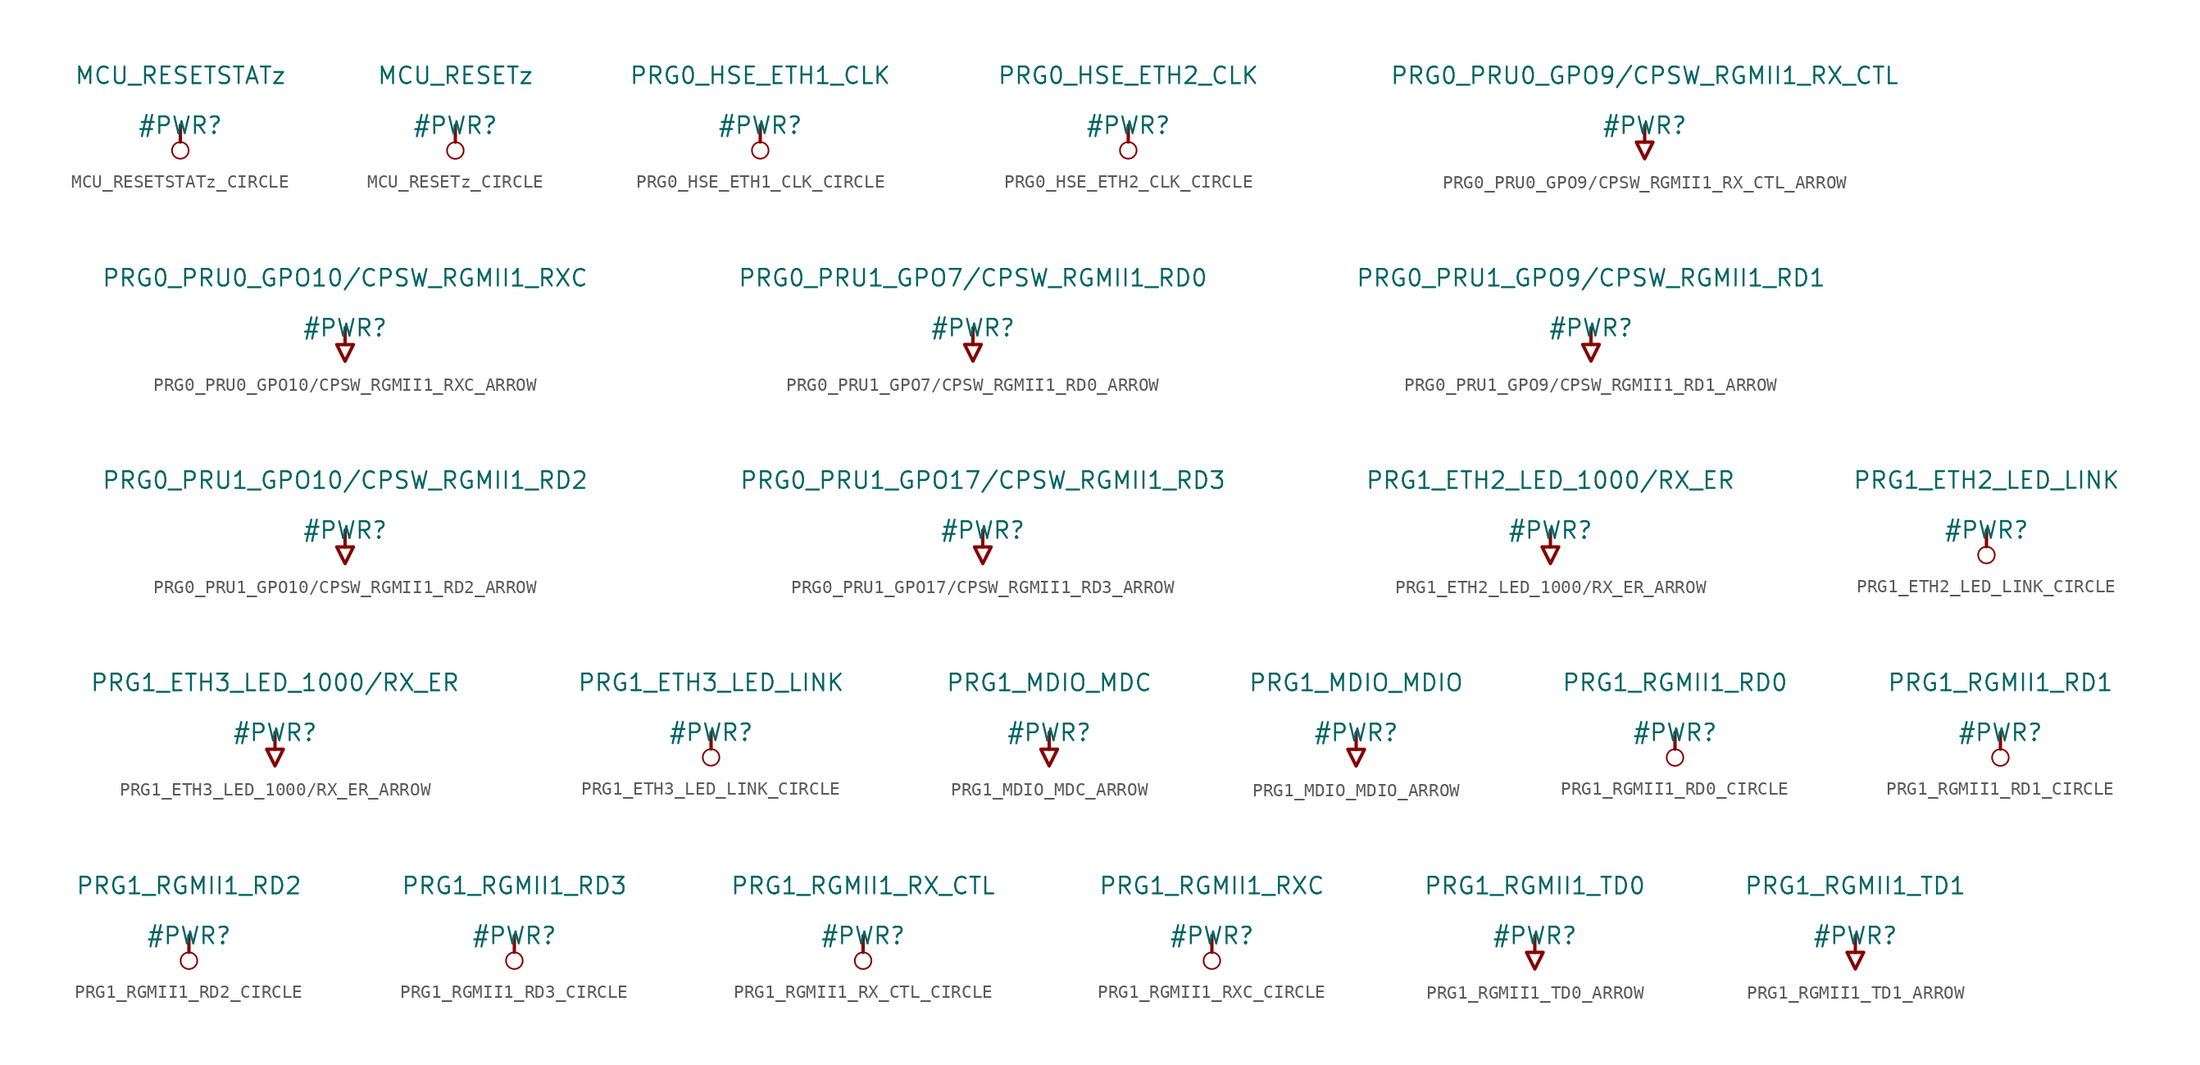
<source format=kicad_sym>
(kicad_symbol_lib
  (version 20231120)
  (generator "kicad_symbol_editor")
  (generator_version "8.0")
  (symbol "MCU_RESETSTATz_CIRCLE"
    (power)
    (property "Reference" "#PWR"
      (at 0 0 0)
      (effects (font (size 1.27 1.27))))
    (property "Value" "MCU_RESETSTATz"
      (at 0 3.81 0)
      (effects (font (size 1.27 1.27))))
    (symbol "MCU_RESETSTATz_CIRCLE_0_0"
      (circle (center 0 -1.905) (radius 0.635) (stroke (width 0.127) (type solid)) (fill (type none)))
      (polyline (pts (xy 0 0) (xy 0 -1.27)) (stroke (width 0.254) (type solid)) (fill (type none)))
      (pin power_in line (at 0 0 0) (length 0) hide (name "MCU_RESETSTATz" (effects (font (size 1.27 1.27)))) (number "" (effects (font (size 1.27 1.27)))))))
  (symbol "MCU_RESETz_CIRCLE"
    (power)
    (property "Reference" "#PWR"
      (at 0 0 0)
      (effects (font (size 1.27 1.27))))
    (property "Value" "MCU_RESETz"
      (at 0 3.81 0)
      (effects (font (size 1.27 1.27))))
    (symbol "MCU_RESETz_CIRCLE_0_0"
      (circle (center 0 -1.905) (radius 0.635) (stroke (width 0.127) (type solid)) (fill (type none)))
      (polyline (pts (xy 0 0) (xy 0 -1.27)) (stroke (width 0.254) (type solid)) (fill (type none)))
      (pin power_in line (at 0 0 0) (length 0) hide (name "MCU_RESETz" (effects (font (size 1.27 1.27)))) (number "" (effects (font (size 1.27 1.27)))))))
  (symbol "PRG0_HSE_ETH1_CLK_CIRCLE"
    (power)
    (property "Reference" "#PWR"
      (at 0 0 0)
      (effects (font (size 1.27 1.27))))
    (property "Value" "PRG0_HSE_ETH1_CLK"
      (at 0 3.81 0)
      (effects (font (size 1.27 1.27))))
    (symbol "PRG0_HSE_ETH1_CLK_CIRCLE_0_0"
      (circle (center 0 -1.905) (radius 0.635) (stroke (width 0.127) (type solid)) (fill (type none)))
      (polyline (pts (xy 0 0) (xy 0 -1.27)) (stroke (width 0.254) (type solid)) (fill (type none)))
      (pin power_in line (at 0 0 0) (length 0) hide (name "PRG0_HSE_ETH1_CLK" (effects (font (size 1.27 1.27)))) (number "" (effects (font (size 1.27 1.27)))))))
  (symbol "PRG0_HSE_ETH2_CLK_CIRCLE"
    (power)
    (property "Reference" "#PWR"
      (at 0 0 0)
      (effects (font (size 1.27 1.27))))
    (property "Value" "PRG0_HSE_ETH2_CLK"
      (at 0 3.81 0)
      (effects (font (size 1.27 1.27))))
    (symbol "PRG0_HSE_ETH2_CLK_CIRCLE_0_0"
      (circle (center 0 -1.905) (radius 0.635) (stroke (width 0.127) (type solid)) (fill (type none)))
      (polyline (pts (xy 0 0) (xy 0 -1.27)) (stroke (width 0.254) (type solid)) (fill (type none)))
      (pin power_in line (at 0 0 0) (length 0) hide (name "PRG0_HSE_ETH2_CLK" (effects (font (size 1.27 1.27)))) (number "" (effects (font (size 1.27 1.27)))))))
  (symbol "PRG0_PRU0_GPO9/CPSW_RGMII1_RX_CTL_ARROW"
    (power)
    (property "Reference" "#PWR"
      (at 0 0 0)
      (effects (font (size 1.27 1.27))))
    (property "Value" "PRG0_PRU0_GPO9/CPSW_RGMII1_RX_CTL"
      (at 0 3.81 0)
      (effects (font (size 1.27 1.27))))
    (symbol "PRG0_PRU0_GPO9/CPSW_RGMII1_RX_CTL_ARROW_0_0"
      (polyline (pts (xy 0 0) (xy 0 -1.27)) (stroke (width 0.254) (type solid)) (fill (type none)))
      (polyline (pts (xy -0.635 -1.27) (xy 0.635 -1.27) (xy 0 -2.54) (xy -0.635 -1.27)) (stroke (width 0.254) (type solid)) (fill (type none)))
      (pin power_in line (at 0 0 0) (length 0) hide (name "PRG0_PRU0_GPO9/CPSW_RGMII1_RX_CTL" (effects (font (size 1.27 1.27)))) (number "" (effects (font (size 1.27 1.27)))))))
  (symbol "PRG0_PRU0_GPO10/CPSW_RGMII1_RXC_ARROW"
    (power)
    (property "Reference" "#PWR"
      (at 0 0 0)
      (effects (font (size 1.27 1.27))))
    (property "Value" "PRG0_PRU0_GPO10/CPSW_RGMII1_RXC"
      (at 0 3.81 0)
      (effects (font (size 1.27 1.27))))
    (symbol "PRG0_PRU0_GPO10/CPSW_RGMII1_RXC_ARROW_0_0"
      (polyline (pts (xy 0 0) (xy 0 -1.27)) (stroke (width 0.254) (type solid)) (fill (type none)))
      (polyline (pts (xy -0.635 -1.27) (xy 0.635 -1.27) (xy 0 -2.54) (xy -0.635 -1.27)) (stroke (width 0.254) (type solid)) (fill (type none)))
      (pin power_in line (at 0 0 0) (length 0) hide (name "PRG0_PRU0_GPO10/CPSW_RGMII1_RXC" (effects (font (size 1.27 1.27)))) (number "" (effects (font (size 1.27 1.27)))))))
  (symbol "PRG0_PRU1_GPO7/CPSW_RGMII1_RD0_ARROW"
    (power)
    (property "Reference" "#PWR"
      (at 0 0 0)
      (effects (font (size 1.27 1.27))))
    (property "Value" "PRG0_PRU1_GPO7/CPSW_RGMII1_RD0"
      (at 0 3.81 0)
      (effects (font (size 1.27 1.27))))
    (symbol "PRG0_PRU1_GPO7/CPSW_RGMII1_RD0_ARROW_0_0"
      (polyline (pts (xy 0 0) (xy 0 -1.27)) (stroke (width 0.254) (type solid)) (fill (type none)))
      (polyline (pts (xy -0.635 -1.27) (xy 0.635 -1.27) (xy 0 -2.54) (xy -0.635 -1.27)) (stroke (width 0.254) (type solid)) (fill (type none)))
      (pin power_in line (at 0 0 0) (length 0) hide (name "PRG0_PRU1_GPO7/CPSW_RGMII1_RD0" (effects (font (size 1.27 1.27)))) (number "" (effects (font (size 1.27 1.27)))))))
  (symbol "PRG0_PRU1_GPO9/CPSW_RGMII1_RD1_ARROW"
    (power)
    (property "Reference" "#PWR"
      (at 0 0 0)
      (effects (font (size 1.27 1.27))))
    (property "Value" "PRG0_PRU1_GPO9/CPSW_RGMII1_RD1"
      (at 0 3.81 0)
      (effects (font (size 1.27 1.27))))
    (symbol "PRG0_PRU1_GPO9/CPSW_RGMII1_RD1_ARROW_0_0"
      (polyline (pts (xy 0 0) (xy 0 -1.27)) (stroke (width 0.254) (type solid)) (fill (type none)))
      (polyline (pts (xy -0.635 -1.27) (xy 0.635 -1.27) (xy 0 -2.54) (xy -0.635 -1.27)) (stroke (width 0.254) (type solid)) (fill (type none)))
      (pin power_in line (at 0 0 0) (length 0) hide (name "PRG0_PRU1_GPO9/CPSW_RGMII1_RD1" (effects (font (size 1.27 1.27)))) (number "" (effects (font (size 1.27 1.27)))))))
  (symbol "PRG0_PRU1_GPO10/CPSW_RGMII1_RD2_ARROW"
    (power)
    (property "Reference" "#PWR"
      (at 0 0 0)
      (effects (font (size 1.27 1.27))))
    (property "Value" "PRG0_PRU1_GPO10/CPSW_RGMII1_RD2"
      (at 0 3.81 0)
      (effects (font (size 1.27 1.27))))
    (symbol "PRG0_PRU1_GPO10/CPSW_RGMII1_RD2_ARROW_0_0"
      (polyline (pts (xy 0 0) (xy 0 -1.27)) (stroke (width 0.254) (type solid)) (fill (type none)))
      (polyline (pts (xy -0.635 -1.27) (xy 0.635 -1.27) (xy 0 -2.54) (xy -0.635 -1.27)) (stroke (width 0.254) (type solid)) (fill (type none)))
      (pin power_in line (at 0 0 0) (length 0) hide (name "PRG0_PRU1_GPO10/CPSW_RGMII1_RD2" (effects (font (size 1.27 1.27)))) (number "" (effects (font (size 1.27 1.27)))))))
  (symbol "PRG0_PRU1_GPO17/CPSW_RGMII1_RD3_ARROW"
    (power)
    (property "Reference" "#PWR"
      (at 0 0 0)
      (effects (font (size 1.27 1.27))))
    (property "Value" "PRG0_PRU1_GPO17/CPSW_RGMII1_RD3"
      (at 0 3.81 0)
      (effects (font (size 1.27 1.27))))
    (symbol "PRG0_PRU1_GPO17/CPSW_RGMII1_RD3_ARROW_0_0"
      (polyline (pts (xy 0 0) (xy 0 -1.27)) (stroke (width 0.254) (type solid)) (fill (type none)))
      (polyline (pts (xy -0.635 -1.27) (xy 0.635 -1.27) (xy 0 -2.54) (xy -0.635 -1.27)) (stroke (width 0.254) (type solid)) (fill (type none)))
      (pin power_in line (at 0 0 0) (length 0) hide (name "PRG0_PRU1_GPO17/CPSW_RGMII1_RD3" (effects (font (size 1.27 1.27)))) (number "" (effects (font (size 1.27 1.27)))))))
  (symbol "PRG1_ETH2_LED_1000/RX_ER_ARROW"
    (power)
    (property "Reference" "#PWR"
      (at 0 0 0)
      (effects (font (size 1.27 1.27))))
    (property "Value" "PRG1_ETH2_LED_1000/RX_ER"
      (at 0 3.81 0)
      (effects (font (size 1.27 1.27))))
    (symbol "PRG1_ETH2_LED_1000/RX_ER_ARROW_0_0"
      (polyline (pts (xy 0 0) (xy 0 -1.27)) (stroke (width 0.254) (type solid)) (fill (type none)))
      (polyline (pts (xy -0.635 -1.27) (xy 0.635 -1.27) (xy 0 -2.54) (xy -0.635 -1.27)) (stroke (width 0.254) (type solid)) (fill (type none)))
      (pin power_in line (at 0 0 0) (length 0) hide (name "PRG1_ETH2_LED_1000/RX_ER" (effects (font (size 1.27 1.27)))) (number "" (effects (font (size 1.27 1.27)))))))
  (symbol "PRG1_ETH2_LED_LINK_CIRCLE"
    (power)
    (property "Reference" "#PWR"
      (at 0 0 0)
      (effects (font (size 1.27 1.27))))
    (property "Value" "PRG1_ETH2_LED_LINK"
      (at 0 3.81 0)
      (effects (font (size 1.27 1.27))))
    (symbol "PRG1_ETH2_LED_LINK_CIRCLE_0_0"
      (circle (center 0 -1.905) (radius 0.635) (stroke (width 0.127) (type solid)) (fill (type none)))
      (polyline (pts (xy 0 0) (xy 0 -1.27)) (stroke (width 0.254) (type solid)) (fill (type none)))
      (pin power_in line (at 0 0 0) (length 0) hide (name "PRG1_ETH2_LED_LINK" (effects (font (size 1.27 1.27)))) (number "" (effects (font (size 1.27 1.27)))))))
  (symbol "PRG1_ETH3_LED_1000/RX_ER_ARROW"
    (power)
    (property "Reference" "#PWR"
      (at 0 0 0)
      (effects (font (size 1.27 1.27))))
    (property "Value" "PRG1_ETH3_LED_1000/RX_ER"
      (at 0 3.81 0)
      (effects (font (size 1.27 1.27))))
    (symbol "PRG1_ETH3_LED_1000/RX_ER_ARROW_0_0"
      (polyline (pts (xy 0 0) (xy 0 -1.27)) (stroke (width 0.254) (type solid)) (fill (type none)))
      (polyline (pts (xy -0.635 -1.27) (xy 0.635 -1.27) (xy 0 -2.54) (xy -0.635 -1.27)) (stroke (width 0.254) (type solid)) (fill (type none)))
      (pin power_in line (at 0 0 0) (length 0) hide (name "PRG1_ETH3_LED_1000/RX_ER" (effects (font (size 1.27 1.27)))) (number "" (effects (font (size 1.27 1.27)))))))
  (symbol "PRG1_ETH3_LED_LINK_CIRCLE"
    (power)
    (property "Reference" "#PWR"
      (at 0 0 0)
      (effects (font (size 1.27 1.27))))
    (property "Value" "PRG1_ETH3_LED_LINK"
      (at 0 3.81 0)
      (effects (font (size 1.27 1.27))))
    (symbol "PRG1_ETH3_LED_LINK_CIRCLE_0_0"
      (circle (center 0 -1.905) (radius 0.635) (stroke (width 0.127) (type solid)) (fill (type none)))
      (polyline (pts (xy 0 0) (xy 0 -1.27)) (stroke (width 0.254) (type solid)) (fill (type none)))
      (pin power_in line (at 0 0 0) (length 0) hide (name "PRG1_ETH3_LED_LINK" (effects (font (size 1.27 1.27)))) (number "" (effects (font (size 1.27 1.27)))))))
  (symbol "PRG1_MDIO_MDC_ARROW"
    (power)
    (property "Reference" "#PWR"
      (at 0 0 0)
      (effects (font (size 1.27 1.27))))
    (property "Value" "PRG1_MDIO_MDC"
      (at 0 3.81 0)
      (effects (font (size 1.27 1.27))))
    (symbol "PRG1_MDIO_MDC_ARROW_0_0"
      (polyline (pts (xy 0 0) (xy 0 -1.27)) (stroke (width 0.254) (type solid)) (fill (type none)))
      (polyline (pts (xy -0.635 -1.27) (xy 0.635 -1.27) (xy 0 -2.54) (xy -0.635 -1.27)) (stroke (width 0.254) (type solid)) (fill (type none)))
      (pin power_in line (at 0 0 0) (length 0) hide (name "PRG1_MDIO_MDC" (effects (font (size 1.27 1.27)))) (number "" (effects (font (size 1.27 1.27)))))))
  (symbol "PRG1_MDIO_MDIO_ARROW"
    (power)
    (property "Reference" "#PWR"
      (at 0 0 0)
      (effects (font (size 1.27 1.27))))
    (property "Value" "PRG1_MDIO_MDIO"
      (at 0 3.81 0)
      (effects (font (size 1.27 1.27))))
    (symbol "PRG1_MDIO_MDIO_ARROW_0_0"
      (polyline (pts (xy 0 0) (xy 0 -1.27)) (stroke (width 0.254) (type solid)) (fill (type none)))
      (polyline (pts (xy -0.635 -1.27) (xy 0.635 -1.27) (xy 0 -2.54) (xy -0.635 -1.27)) (stroke (width 0.254) (type solid)) (fill (type none)))
      (pin power_in line (at 0 0 0) (length 0) hide (name "PRG1_MDIO_MDIO" (effects (font (size 1.27 1.27)))) (number "" (effects (font (size 1.27 1.27)))))))
  (symbol "PRG1_RGMII1_RD0_CIRCLE"
    (power)
    (property "Reference" "#PWR"
      (at 0 0 0)
      (effects (font (size 1.27 1.27))))
    (property "Value" "PRG1_RGMII1_RD0"
      (at 0 3.81 0)
      (effects (font (size 1.27 1.27))))
    (symbol "PRG1_RGMII1_RD0_CIRCLE_0_0"
      (circle (center 0 -1.905) (radius 0.635) (stroke (width 0.127) (type solid)) (fill (type none)))
      (polyline (pts (xy 0 0) (xy 0 -1.27)) (stroke (width 0.254) (type solid)) (fill (type none)))
      (pin power_in line (at 0 0 0) (length 0) hide (name "PRG1_RGMII1_RD0" (effects (font (size 1.27 1.27)))) (number "" (effects (font (size 1.27 1.27)))))))
  (symbol "PRG1_RGMII1_RD1_CIRCLE"
    (power)
    (property "Reference" "#PWR"
      (at 0 0 0)
      (effects (font (size 1.27 1.27))))
    (property "Value" "PRG1_RGMII1_RD1"
      (at 0 3.81 0)
      (effects (font (size 1.27 1.27))))
    (symbol "PRG1_RGMII1_RD1_CIRCLE_0_0"
      (circle (center 0 -1.905) (radius 0.635) (stroke (width 0.127) (type solid)) (fill (type none)))
      (polyline (pts (xy 0 0) (xy 0 -1.27)) (stroke (width 0.254) (type solid)) (fill (type none)))
      (pin power_in line (at 0 0 0) (length 0) hide (name "PRG1_RGMII1_RD1" (effects (font (size 1.27 1.27)))) (number "" (effects (font (size 1.27 1.27)))))))
  (symbol "PRG1_RGMII1_RD2_CIRCLE"
    (power)
    (property "Reference" "#PWR"
      (at 0 0 0)
      (effects (font (size 1.27 1.27))))
    (property "Value" "PRG1_RGMII1_RD2"
      (at 0 3.81 0)
      (effects (font (size 1.27 1.27))))
    (symbol "PRG1_RGMII1_RD2_CIRCLE_0_0"
      (circle (center 0 -1.905) (radius 0.635) (stroke (width 0.127) (type solid)) (fill (type none)))
      (polyline (pts (xy 0 0) (xy 0 -1.27)) (stroke (width 0.254) (type solid)) (fill (type none)))
      (pin power_in line (at 0 0 0) (length 0) hide (name "PRG1_RGMII1_RD2" (effects (font (size 1.27 1.27)))) (number "" (effects (font (size 1.27 1.27)))))))
  (symbol "PRG1_RGMII1_RD3_CIRCLE"
    (power)
    (property "Reference" "#PWR"
      (at 0 0 0)
      (effects (font (size 1.27 1.27))))
    (property "Value" "PRG1_RGMII1_RD3"
      (at 0 3.81 0)
      (effects (font (size 1.27 1.27))))
    (symbol "PRG1_RGMII1_RD3_CIRCLE_0_0"
      (circle (center 0 -1.905) (radius 0.635) (stroke (width 0.127) (type solid)) (fill (type none)))
      (polyline (pts (xy 0 0) (xy 0 -1.27)) (stroke (width 0.254) (type solid)) (fill (type none)))
      (pin power_in line (at 0 0 0) (length 0) hide (name "PRG1_RGMII1_RD3" (effects (font (size 1.27 1.27)))) (number "" (effects (font (size 1.27 1.27)))))))
  (symbol "PRG1_RGMII1_RX_CTL_CIRCLE"
    (power)
    (property "Reference" "#PWR"
      (at 0 0 0)
      (effects (font (size 1.27 1.27))))
    (property "Value" "PRG1_RGMII1_RX_CTL"
      (at 0 3.81 0)
      (effects (font (size 1.27 1.27))))
    (symbol "PRG1_RGMII1_RX_CTL_CIRCLE_0_0"
      (circle (center 0 -1.905) (radius 0.635) (stroke (width 0.127) (type solid)) (fill (type none)))
      (polyline (pts (xy 0 0) (xy 0 -1.27)) (stroke (width 0.254) (type solid)) (fill (type none)))
      (pin power_in line (at 0 0 0) (length 0) hide (name "PRG1_RGMII1_RX_CTL" (effects (font (size 1.27 1.27)))) (number "" (effects (font (size 1.27 1.27)))))))
  (symbol "PRG1_RGMII1_RXC_CIRCLE"
    (power)
    (property "Reference" "#PWR"
      (at 0 0 0)
      (effects (font (size 1.27 1.27))))
    (property "Value" "PRG1_RGMII1_RXC"
      (at 0 3.81 0)
      (effects (font (size 1.27 1.27))))
    (symbol "PRG1_RGMII1_RXC_CIRCLE_0_0"
      (circle (center 0 -1.905) (radius 0.635) (stroke (width 0.127) (type solid)) (fill (type none)))
      (polyline (pts (xy 0 0) (xy 0 -1.27)) (stroke (width 0.254) (type solid)) (fill (type none)))
      (pin power_in line (at 0 0 0) (length 0) hide (name "PRG1_RGMII1_RXC" (effects (font (size 1.27 1.27)))) (number "" (effects (font (size 1.27 1.27)))))))
  (symbol "PRG1_RGMII1_TD0_ARROW"
    (power)
    (property "Reference" "#PWR"
      (at 0 0 0)
      (effects (font (size 1.27 1.27))))
    (property "Value" "PRG1_RGMII1_TD0"
      (at 0 3.81 0)
      (effects (font (size 1.27 1.27))))
    (symbol "PRG1_RGMII1_TD0_ARROW_0_0"
      (polyline (pts (xy 0 0) (xy 0 -1.27)) (stroke (width 0.254) (type solid)) (fill (type none)))
      (polyline (pts (xy -0.635 -1.27) (xy 0.635 -1.27) (xy 0 -2.54) (xy -0.635 -1.27)) (stroke (width 0.254) (type solid)) (fill (type none)))
      (pin power_in line (at 0 0 0) (length 0) hide (name "PRG1_RGMII1_TD0" (effects (font (size 1.27 1.27)))) (number "" (effects (font (size 1.27 1.27)))))))
  (symbol "PRG1_RGMII1_TD1_ARROW"
    (power)
    (property "Reference" "#PWR"
      (at 0 0 0)
      (effects (font (size 1.27 1.27))))
    (property "Value" "PRG1_RGMII1_TD1"
      (at 0 3.81 0)
      (effects (font (size 1.27 1.27))))
    (symbol "PRG1_RGMII1_TD1_ARROW_0_0"
      (polyline (pts (xy 0 0) (xy 0 -1.27)) (stroke (width 0.254) (type solid)) (fill (type none)))
      (polyline (pts (xy -0.635 -1.27) (xy 0.635 -1.27) (xy 0 -2.54) (xy -0.635 -1.27)) (stroke (width 0.254) (type solid)) (fill (type none)))
      (pin power_in line (at 0 0 0) (length 0) hide (name "PRG1_RGMII1_TD1" (effects (font (size 1.27 1.27)))) (number "" (effects (font (size 1.27 1.27))))))))
</source>
